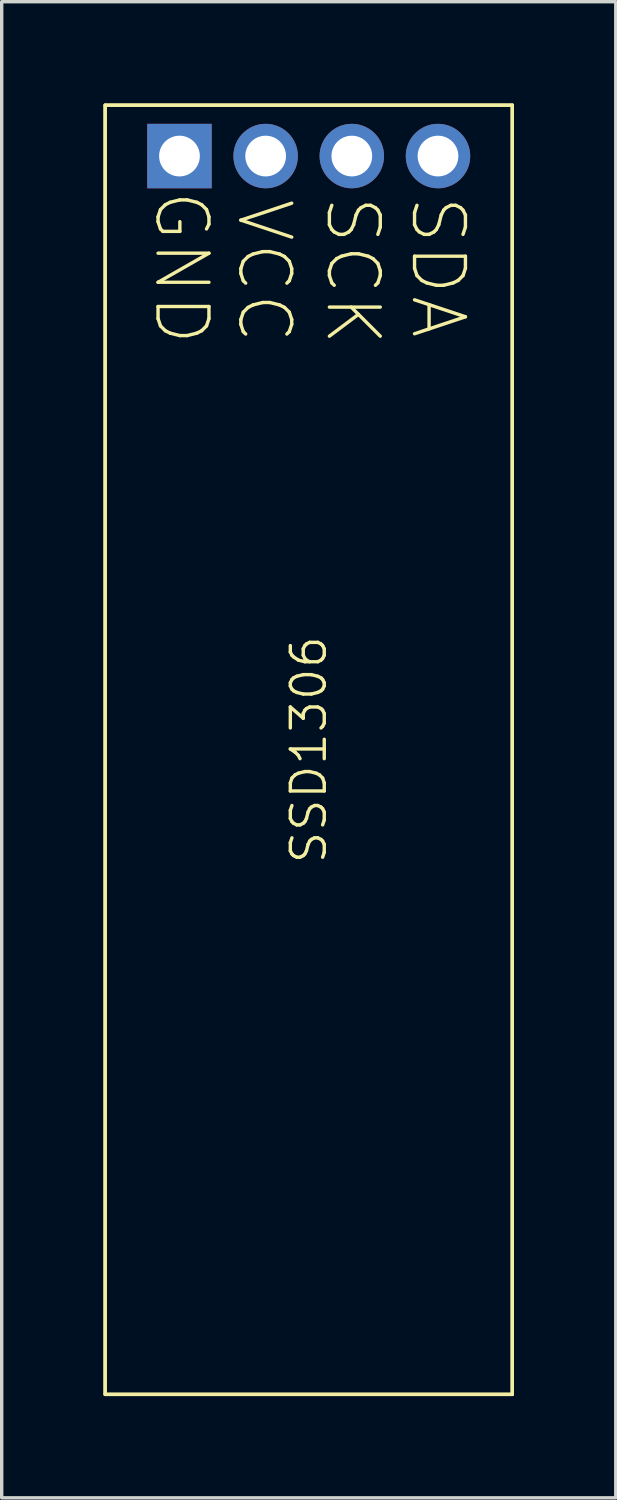
<source format=kicad_pcb>
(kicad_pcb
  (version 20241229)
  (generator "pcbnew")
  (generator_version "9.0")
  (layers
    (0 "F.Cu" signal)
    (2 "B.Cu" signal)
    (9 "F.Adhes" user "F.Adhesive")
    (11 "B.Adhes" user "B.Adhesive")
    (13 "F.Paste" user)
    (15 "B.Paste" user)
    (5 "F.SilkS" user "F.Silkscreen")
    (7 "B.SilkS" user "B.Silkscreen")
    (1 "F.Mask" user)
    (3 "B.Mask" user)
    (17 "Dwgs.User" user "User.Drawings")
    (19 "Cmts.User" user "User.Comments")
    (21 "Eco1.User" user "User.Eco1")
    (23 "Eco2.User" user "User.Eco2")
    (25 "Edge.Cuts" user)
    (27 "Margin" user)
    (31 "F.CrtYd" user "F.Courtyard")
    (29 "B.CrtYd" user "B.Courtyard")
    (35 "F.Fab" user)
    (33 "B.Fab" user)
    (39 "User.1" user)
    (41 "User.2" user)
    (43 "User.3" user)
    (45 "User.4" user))
  (footprint "SSD1306"
    (layer "F.Cu")
    (at 6.05 17.83)
    (property "Reference" "SSD1306" (at 0 1.22 90) (unlocked yes) (layer "F.SilkS") (effects (font (size 1 1) (thickness 0.1))))
    (attr through_hole)
    (fp_line (start -6 -17.78) (end 6 -17.78) (stroke (width 0.1) (type default)) (layer "F.SilkS"))
    (fp_line (start -6 20.22) (end -6 -17.78) (stroke (width 0.1) (type default)) (layer "F.SilkS"))
    (fp_line (start 6 -17.78) (end 6 20.22) (stroke (width 0.1) (type default)) (layer "F.SilkS"))
    (fp_line (start 6 20.22) (end -6 20.22) (stroke (width 0.1) (type default)) (layer "F.SilkS"))
    (fp_rect (start -6 -17.78) (end 6 20.22) (stroke (width 0.1) (type default)) (fill no) (layer "F.SilkS"))
    (fp_text user "GND" (at -4.63 -15.34 270) (unlocked yes) (layer "F.SilkS") (effects (font (size 1.5 1.5) (thickness 0.1)) (justify left bottom)))
    (fp_text user "VCC" (at -2.19 -15.1 270) (unlocked yes) (layer "F.SilkS") (effects (font (size 1.5 1.5) (thickness 0.1)) (justify left bottom)))
    (fp_text user "SCK" (at 0.42 -15.18 270) (unlocked yes) (layer "F.SilkS") (effects (font (size 1.5 1.5) (thickness 0.1)) (justify left bottom)))
    (fp_text user "SDA" (at 2.93 -15.18 270) (unlocked yes) (layer "F.SilkS") (effects (font (size 1.5 1.5) (thickness 0.1)) (justify left bottom)))
    (pad "1" thru_hole rect (at -3.81 -16.28) (size 1.9 1.9) (drill 1.2) (layers "*.Cu" "*.Mask"))
    (pad "2" thru_hole circle (at -1.27 -16.28) (size 1.9 1.9) (drill 1.2) (layers "*.Cu" "*.Mask"))
    (pad "3" thru_hole circle (at 1.27 -16.28) (size 1.9 1.9) (drill 1.2) (layers "*.Cu" "*.Mask"))
    (pad "4" thru_hole circle (at 3.81 -16.28) (size 1.9 1.9) (drill 1.2) (layers "*.Cu" "*.Mask"))
    (zone (net_name "") (layer "F.SilkS") (hatch edge 0.5) (connect_pads) (min_thickness 0.25) (filled_areas_thickness no) (keepout (tracks allowed) (vias allowed) (pads not_allowed) (copperpour allowed) (footprints not_allowed)) (placement (enabled no)) (fill) (polygon (pts (xy 0.05 0.05) (xy 12.05 0.05) (xy 12.05 38.05) (xy 0.05 38.05)))))
  (gr_rect
    (start -3 -3)
    (end 15.1 41.1)
    (stroke (width 0.1) (type default))
    (fill no)
    (layer "Edge.Cuts")))
</source>
